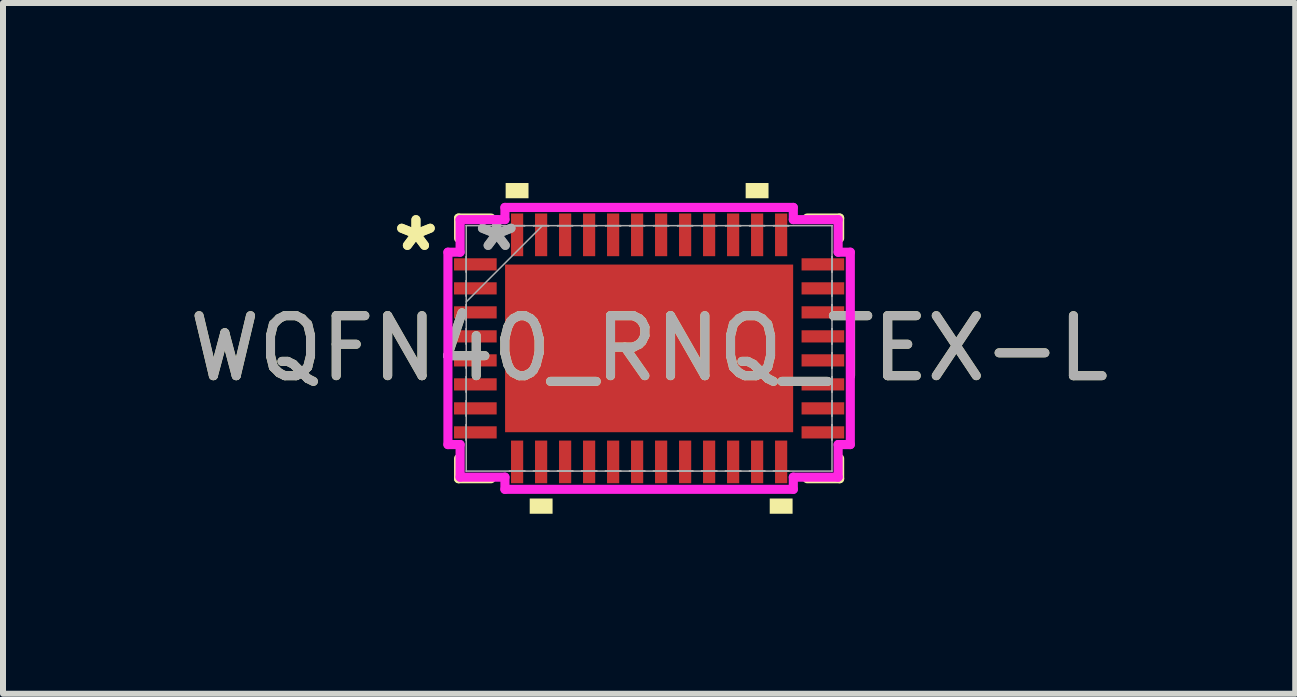
<source format=kicad_pcb>
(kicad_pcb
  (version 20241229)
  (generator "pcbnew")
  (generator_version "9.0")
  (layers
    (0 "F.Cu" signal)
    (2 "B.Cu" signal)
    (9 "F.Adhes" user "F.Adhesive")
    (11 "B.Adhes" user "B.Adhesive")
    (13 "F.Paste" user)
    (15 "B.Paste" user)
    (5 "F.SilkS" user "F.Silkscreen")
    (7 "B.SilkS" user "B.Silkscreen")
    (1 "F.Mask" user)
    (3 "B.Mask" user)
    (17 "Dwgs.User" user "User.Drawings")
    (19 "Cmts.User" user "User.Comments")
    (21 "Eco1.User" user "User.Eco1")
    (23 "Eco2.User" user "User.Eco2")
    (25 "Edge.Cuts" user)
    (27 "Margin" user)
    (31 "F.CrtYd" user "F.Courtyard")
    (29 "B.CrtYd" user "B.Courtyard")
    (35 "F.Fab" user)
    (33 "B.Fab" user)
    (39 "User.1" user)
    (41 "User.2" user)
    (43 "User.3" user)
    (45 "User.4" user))
  (footprint "WQFN40_RNQ_TEX-L"
    (layer "F.Cu")
    (at 7.768 2.756)
    (property "Reference" "WQFN40_RNQ_TEX-L" (at 0 0 0) (unlocked yes) (layer "F.SilkS") (effects (font (size 1 1) (thickness 0.15))))
    (attr smd)
    (fp_line (start -3.175 -2.172) (end -3.175 -1.834) (stroke (width 0.152) (type solid)) (layer "F.SilkS"))
    (fp_line (start -3.175 1.834) (end -3.175 2.172) (stroke (width 0.152) (type solid)) (layer "F.SilkS"))
    (fp_line (start -3.175 2.172) (end -2.634 2.172) (stroke (width 0.152) (type solid)) (layer "F.SilkS"))
    (fp_line (start -2.634 -2.172) (end -3.175 -2.172) (stroke (width 0.152) (type solid)) (layer "F.SilkS"))
    (fp_line (start 2.634 2.172) (end 3.175 2.172) (stroke (width 0.152) (type solid)) (layer "F.SilkS"))
    (fp_line (start 3.175 -2.172) (end 2.634 -2.172) (stroke (width 0.152) (type solid)) (layer "F.SilkS"))
    (fp_line (start 3.175 -1.834) (end 3.175 -2.172) (stroke (width 0.152) (type solid)) (layer "F.SilkS"))
    (fp_line (start 3.175 2.172) (end 3.175 1.834) (stroke (width 0.152) (type solid)) (layer "F.SilkS"))
    (fp_poly (pts (xy -2.391 -2.502) (xy -2.391 -2.756) (xy -2.01 -2.756) (xy -2.01 -2.502)) (stroke (width 0) (type solid)) (fill yes) (layer "F.SilkS"))
    (fp_poly (pts (xy -1.99 2.502) (xy -1.99 2.756) (xy -1.609 2.756) (xy -1.609 2.502)) (stroke (width 0) (type solid)) (fill yes) (layer "F.SilkS"))
    (fp_poly (pts (xy 1.609 -2.502) (xy 1.609 -2.756) (xy 1.99 -2.756) (xy 1.99 -2.502)) (stroke (width 0) (type solid)) (fill yes) (layer "F.SilkS"))
    (fp_poly (pts (xy 2.01 2.502) (xy 2.01 2.756) (xy 2.391 2.756) (xy 2.391 2.502)) (stroke (width 0) (type solid)) (fill yes) (layer "F.SilkS"))
    (fp_poly (pts (xy -2.3 -1.297) (xy -2.3 -0.1) (xy -0.9 -0.1) (xy -0.9 -1.297)) (stroke (width 0) (type solid)) (fill yes) (layer "F.Paste"))
    (fp_poly (pts (xy -2.3 0.1) (xy -2.3 1.297) (xy -0.9 1.297) (xy -0.9 0.1)) (stroke (width 0) (type solid)) (fill yes) (layer "F.Paste"))
    (fp_poly (pts (xy -0.7 -1.297) (xy -0.7 -0.1) (xy 0.7 -0.1) (xy 0.7 -1.297)) (stroke (width 0) (type solid)) (fill yes) (layer "F.Paste"))
    (fp_poly (pts (xy -0.7 0.1) (xy -0.7 1.297) (xy 0.7 1.297) (xy 0.7 0.1)) (stroke (width 0) (type solid)) (fill yes) (layer "F.Paste"))
    (fp_poly (pts (xy 0.9 -1.297) (xy 0.9 -0.1) (xy 2.3 -0.1) (xy 2.3 -1.297)) (stroke (width 0) (type solid)) (fill yes) (layer "F.Paste"))
    (fp_poly (pts (xy 0.9 0.1) (xy 0.9 1.297) (xy 2.3 1.297) (xy 2.3 0.1)) (stroke (width 0) (type solid)) (fill yes) (layer "F.Paste"))
    (fp_line (start -3.353 -1.603) (end -3.15 -1.603) (stroke (width 0.152) (type solid)) (layer "F.CrtYd"))
    (fp_line (start -3.353 1.603) (end -3.353 -1.603) (stroke (width 0.152) (type solid)) (layer "F.CrtYd"))
    (fp_line (start -3.15 -2.146) (end -2.403 -2.146) (stroke (width 0.152) (type solid)) (layer "F.CrtYd"))
    (fp_line (start -3.15 -1.603) (end -3.15 -2.146) (stroke (width 0.152) (type solid)) (layer "F.CrtYd"))
    (fp_line (start -3.15 1.603) (end -3.353 1.603) (stroke (width 0.152) (type solid)) (layer "F.CrtYd"))
    (fp_line (start -3.15 2.146) (end -3.15 1.603) (stroke (width 0.152) (type solid)) (layer "F.CrtYd"))
    (fp_line (start -2.403 -2.349) (end 2.403 -2.349) (stroke (width 0.152) (type solid)) (layer "F.CrtYd"))
    (fp_line (start -2.403 -2.146) (end -2.403 -2.349) (stroke (width 0.152) (type solid)) (layer "F.CrtYd"))
    (fp_line (start -2.403 2.146) (end -3.15 2.146) (stroke (width 0.152) (type solid)) (layer "F.CrtYd"))
    (fp_line (start -2.403 2.349) (end -2.403 2.146) (stroke (width 0.152) (type solid)) (layer "F.CrtYd"))
    (fp_line (start 2.403 -2.349) (end 2.403 -2.146) (stroke (width 0.152) (type solid)) (layer "F.CrtYd"))
    (fp_line (start 2.403 -2.146) (end 3.15 -2.146) (stroke (width 0.152) (type solid)) (layer "F.CrtYd"))
    (fp_line (start 2.403 2.146) (end 2.403 2.349) (stroke (width 0.152) (type solid)) (layer "F.CrtYd"))
    (fp_line (start 2.403 2.349) (end -2.403 2.349) (stroke (width 0.152) (type solid)) (layer "F.CrtYd"))
    (fp_line (start 3.15 -2.146) (end 3.15 -1.603) (stroke (width 0.152) (type solid)) (layer "F.CrtYd"))
    (fp_line (start 3.15 -1.603) (end 3.353 -1.603) (stroke (width 0.152) (type solid)) (layer "F.CrtYd"))
    (fp_line (start 3.15 1.603) (end 3.15 2.146) (stroke (width 0.152) (type solid)) (layer "F.CrtYd"))
    (fp_line (start 3.15 2.146) (end 2.403 2.146) (stroke (width 0.152) (type solid)) (layer "F.CrtYd"))
    (fp_line (start 3.353 -1.603) (end 3.353 1.603) (stroke (width 0.152) (type solid)) (layer "F.CrtYd"))
    (fp_line (start 3.353 1.603) (end 3.15 1.603) (stroke (width 0.152) (type solid)) (layer "F.CrtYd"))
    (fp_line (start -3.048 -2.045) (end -3.048 -2.045) (stroke (width 0.025) (type solid)) (layer "F.Fab"))
    (fp_line (start -3.048 -2.045) (end -3.048 2.045) (stroke (width 0.025) (type solid)) (layer "F.Fab"))
    (fp_line (start -3.048 -1.527) (end -3.048 -1.527) (stroke (width 0.025) (type solid)) (layer "F.Fab"))
    (fp_line (start -3.048 -1.527) (end -3.048 -1.273) (stroke (width 0.025) (type solid)) (layer "F.Fab"))
    (fp_line (start -3.048 -1.273) (end -3.048 -1.527) (stroke (width 0.025) (type solid)) (layer "F.Fab"))
    (fp_line (start -3.048 -1.273) (end -3.048 -1.273) (stroke (width 0.025) (type solid)) (layer "F.Fab"))
    (fp_line (start -3.048 -1.127) (end -3.048 -1.127) (stroke (width 0.025) (type solid)) (layer "F.Fab"))
    (fp_line (start -3.048 -1.127) (end -3.048 -0.873) (stroke (width 0.025) (type solid)) (layer "F.Fab"))
    (fp_line (start -3.048 -0.873) (end -3.048 -1.127) (stroke (width 0.025) (type solid)) (layer "F.Fab"))
    (fp_line (start -3.048 -0.873) (end -3.048 -0.873) (stroke (width 0.025) (type solid)) (layer "F.Fab"))
    (fp_line (start -3.048 -0.775) (end -1.778 -2.045) (stroke (width 0.025) (type solid)) (layer "F.Fab"))
    (fp_line (start -3.048 -0.727) (end -3.048 -0.727) (stroke (width 0.025) (type solid)) (layer "F.Fab"))
    (fp_line (start -3.048 -0.727) (end -3.048 -0.473) (stroke (width 0.025) (type solid)) (layer "F.Fab"))
    (fp_line (start -3.048 -0.473) (end -3.048 -0.727) (stroke (width 0.025) (type solid)) (layer "F.Fab"))
    (fp_line (start -3.048 -0.473) (end -3.048 -0.473) (stroke (width 0.025) (type solid)) (layer "F.Fab"))
    (fp_line (start -3.048 -0.327) (end -3.048 -0.327) (stroke (width 0.025) (type solid)) (layer "F.Fab"))
    (fp_line (start -3.048 -0.327) (end -3.048 -0.073) (stroke (width 0.025) (type solid)) (layer "F.Fab"))
    (fp_line (start -3.048 -0.073) (end -3.048 -0.327) (stroke (width 0.025) (type solid)) (layer "F.Fab"))
    (fp_line (start -3.048 -0.073) (end -3.048 -0.073) (stroke (width 0.025) (type solid)) (layer "F.Fab"))
    (fp_line (start -3.048 0.073) (end -3.048 0.073) (stroke (width 0.025) (type solid)) (layer "F.Fab"))
    (fp_line (start -3.048 0.073) (end -3.048 0.327) (stroke (width 0.025) (type solid)) (layer "F.Fab"))
    (fp_line (start -3.048 0.327) (end -3.048 0.073) (stroke (width 0.025) (type solid)) (layer "F.Fab"))
    (fp_line (start -3.048 0.327) (end -3.048 0.327) (stroke (width 0.025) (type solid)) (layer "F.Fab"))
    (fp_line (start -3.048 0.473) (end -3.048 0.473) (stroke (width 0.025) (type solid)) (layer "F.Fab"))
    (fp_line (start -3.048 0.473) (end -3.048 0.727) (stroke (width 0.025) (type solid)) (layer "F.Fab"))
    (fp_line (start -3.048 0.727) (end -3.048 0.473) (stroke (width 0.025) (type solid)) (layer "F.Fab"))
    (fp_line (start -3.048 0.727) (end -3.048 0.727) (stroke (width 0.025) (type solid)) (layer "F.Fab"))
    (fp_line (start -3.048 0.873) (end -3.048 0.873) (stroke (width 0.025) (type solid)) (layer "F.Fab"))
    (fp_line (start -3.048 0.873) (end -3.048 1.127) (stroke (width 0.025) (type solid)) (layer "F.Fab"))
    (fp_line (start -3.048 1.127) (end -3.048 0.873) (stroke (width 0.025) (type solid)) (layer "F.Fab"))
    (fp_line (start -3.048 1.127) (end -3.048 1.127) (stroke (width 0.025) (type solid)) (layer "F.Fab"))
    (fp_line (start -3.048 1.273) (end -3.048 1.273) (stroke (width 0.025) (type solid)) (layer "F.Fab"))
    (fp_line (start -3.048 1.273) (end -3.048 1.527) (stroke (width 0.025) (type solid)) (layer "F.Fab"))
    (fp_line (start -3.048 1.527) (end -3.048 1.273) (stroke (width 0.025) (type solid)) (layer "F.Fab"))
    (fp_line (start -3.048 1.527) (end -3.048 1.527) (stroke (width 0.025) (type solid)) (layer "F.Fab"))
    (fp_line (start -3.048 2.045) (end -3.048 2.045) (stroke (width 0.025) (type solid)) (layer "F.Fab"))
    (fp_line (start -3.048 2.045) (end 3.048 2.045) (stroke (width 0.025) (type solid)) (layer "F.Fab"))
    (fp_line (start -2.327 -2.045) (end -2.327 -2.045) (stroke (width 0.025) (type solid)) (layer "F.Fab"))
    (fp_line (start -2.327 -2.045) (end -2.073 -2.045) (stroke (width 0.025) (type solid)) (layer "F.Fab"))
    (fp_line (start -2.327 2.045) (end -2.327 2.045) (stroke (width 0.025) (type solid)) (layer "F.Fab"))
    (fp_line (start -2.327 2.045) (end -2.073 2.045) (stroke (width 0.025) (type solid)) (layer "F.Fab"))
    (fp_line (start -2.073 -2.045) (end -2.327 -2.045) (stroke (width 0.025) (type solid)) (layer "F.Fab"))
    (fp_line (start -2.073 -2.045) (end -2.073 -2.045) (stroke (width 0.025) (type solid)) (layer "F.Fab"))
    (fp_line (start -2.073 2.045) (end -2.327 2.045) (stroke (width 0.025) (type solid)) (layer "F.Fab"))
    (fp_line (start -2.073 2.045) (end -2.073 2.045) (stroke (width 0.025) (type solid)) (layer "F.Fab"))
    (fp_line (start -1.927 -2.045) (end -1.927 -2.045) (stroke (width 0.025) (type solid)) (layer "F.Fab"))
    (fp_line (start -1.927 -2.045) (end -1.673 -2.045) (stroke (width 0.025) (type solid)) (layer "F.Fab"))
    (fp_line (start -1.927 2.045) (end -1.927 2.045) (stroke (width 0.025) (type solid)) (layer "F.Fab"))
    (fp_line (start -1.927 2.045) (end -1.673 2.045) (stroke (width 0.025) (type solid)) (layer "F.Fab"))
    (fp_line (start -1.673 -2.045) (end -1.927 -2.045) (stroke (width 0.025) (type solid)) (layer "F.Fab"))
    (fp_line (start -1.673 -2.045) (end -1.673 -2.045) (stroke (width 0.025) (type solid)) (layer "F.Fab"))
    (fp_line (start -1.673 2.045) (end -1.927 2.045) (stroke (width 0.025) (type solid)) (layer "F.Fab"))
    (fp_line (start -1.673 2.045) (end -1.673 2.045) (stroke (width 0.025) (type solid)) (layer "F.Fab"))
    (fp_line (start -1.527 -2.045) (end -1.527 -2.045) (stroke (width 0.025) (type solid)) (layer "F.Fab"))
    (fp_line (start -1.527 -2.045) (end -1.273 -2.045) (stroke (width 0.025) (type solid)) (layer "F.Fab"))
    (fp_line (start -1.527 2.045) (end -1.527 2.045) (stroke (width 0.025) (type solid)) (layer "F.Fab"))
    (fp_line (start -1.527 2.045) (end -1.273 2.045) (stroke (width 0.025) (type solid)) (layer "F.Fab"))
    (fp_line (start -1.273 -2.045) (end -1.527 -2.045) (stroke (width 0.025) (type solid)) (layer "F.Fab"))
    (fp_line (start -1.273 -2.045) (end -1.273 -2.045) (stroke (width 0.025) (type solid)) (layer "F.Fab"))
    (fp_line (start -1.273 2.045) (end -1.527 2.045) (stroke (width 0.025) (type solid)) (layer "F.Fab"))
    (fp_line (start -1.273 2.045) (end -1.273 2.045) (stroke (width 0.025) (type solid)) (layer "F.Fab"))
    (fp_line (start -1.127 -2.045) (end -1.127 -2.045) (stroke (width 0.025) (type solid)) (layer "F.Fab"))
    (fp_line (start -1.127 -2.045) (end -0.873 -2.045) (stroke (width 0.025) (type solid)) (layer "F.Fab"))
    (fp_line (start -1.127 2.045) (end -1.127 2.045) (stroke (width 0.025) (type solid)) (layer "F.Fab"))
    (fp_line (start -1.127 2.045) (end -0.873 2.045) (stroke (width 0.025) (type solid)) (layer "F.Fab"))
    (fp_line (start -0.873 -2.045) (end -1.127 -2.045) (stroke (width 0.025) (type solid)) (layer "F.Fab"))
    (fp_line (start -0.873 -2.045) (end -0.873 -2.045) (stroke (width 0.025) (type solid)) (layer "F.Fab"))
    (fp_line (start -0.873 2.045) (end -1.127 2.045) (stroke (width 0.025) (type solid)) (layer "F.Fab"))
    (fp_line (start -0.873 2.045) (end -0.873 2.045) (stroke (width 0.025) (type solid)) (layer "F.Fab"))
    (fp_line (start -0.727 -2.045) (end -0.727 -2.045) (stroke (width 0.025) (type solid)) (layer "F.Fab"))
    (fp_line (start -0.727 -2.045) (end -0.473 -2.045) (stroke (width 0.025) (type solid)) (layer "F.Fab"))
    (fp_line (start -0.727 2.045) (end -0.727 2.045) (stroke (width 0.025) (type solid)) (layer "F.Fab"))
    (fp_line (start -0.727 2.045) (end -0.473 2.045) (stroke (width 0.025) (type solid)) (layer "F.Fab"))
    (fp_line (start -0.473 -2.045) (end -0.727 -2.045) (stroke (width 0.025) (type solid)) (layer "F.Fab"))
    (fp_line (start -0.473 -2.045) (end -0.473 -2.045) (stroke (width 0.025) (type solid)) (layer "F.Fab"))
    (fp_line (start -0.473 2.045) (end -0.727 2.045) (stroke (width 0.025) (type solid)) (layer "F.Fab"))
    (fp_line (start -0.473 2.045) (end -0.473 2.045) (stroke (width 0.025) (type solid)) (layer "F.Fab"))
    (fp_line (start -0.327 -2.045) (end -0.327 -2.045) (stroke (width 0.025) (type solid)) (layer "F.Fab"))
    (fp_line (start -0.327 -2.045) (end -0.073 -2.045) (stroke (width 0.025) (type solid)) (layer "F.Fab"))
    (fp_line (start -0.327 2.045) (end -0.327 2.045) (stroke (width 0.025) (type solid)) (layer "F.Fab"))
    (fp_line (start -0.327 2.045) (end -0.073 2.045) (stroke (width 0.025) (type solid)) (layer "F.Fab"))
    (fp_line (start -0.073 -2.045) (end -0.327 -2.045) (stroke (width 0.025) (type solid)) (layer "F.Fab"))
    (fp_line (start -0.073 -2.045) (end -0.073 -2.045) (stroke (width 0.025) (type solid)) (layer "F.Fab"))
    (fp_line (start -0.073 2.045) (end -0.327 2.045) (stroke (width 0.025) (type solid)) (layer "F.Fab"))
    (fp_line (start -0.073 2.045) (end -0.073 2.045) (stroke (width 0.025) (type solid)) (layer "F.Fab"))
    (fp_line (start 0.073 -2.045) (end 0.073 -2.045) (stroke (width 0.025) (type solid)) (layer "F.Fab"))
    (fp_line (start 0.073 -2.045) (end 0.327 -2.045) (stroke (width 0.025) (type solid)) (layer "F.Fab"))
    (fp_line (start 0.073 2.045) (end 0.073 2.045) (stroke (width 0.025) (type solid)) (layer "F.Fab"))
    (fp_line (start 0.073 2.045) (end 0.327 2.045) (stroke (width 0.025) (type solid)) (layer "F.Fab"))
    (fp_line (start 0.327 -2.045) (end 0.073 -2.045) (stroke (width 0.025) (type solid)) (layer "F.Fab"))
    (fp_line (start 0.327 -2.045) (end 0.327 -2.045) (stroke (width 0.025) (type solid)) (layer "F.Fab"))
    (fp_line (start 0.327 2.045) (end 0.073 2.045) (stroke (width 0.025) (type solid)) (layer "F.Fab"))
    (fp_line (start 0.327 2.045) (end 0.327 2.045) (stroke (width 0.025) (type solid)) (layer "F.Fab"))
    (fp_line (start 0.473 -2.045) (end 0.473 -2.045) (stroke (width 0.025) (type solid)) (layer "F.Fab"))
    (fp_line (start 0.473 -2.045) (end 0.727 -2.045) (stroke (width 0.025) (type solid)) (layer "F.Fab"))
    (fp_line (start 0.473 2.045) (end 0.473 2.045) (stroke (width 0.025) (type solid)) (layer "F.Fab"))
    (fp_line (start 0.473 2.045) (end 0.727 2.045) (stroke (width 0.025) (type solid)) (layer "F.Fab"))
    (fp_line (start 0.727 -2.045) (end 0.473 -2.045) (stroke (width 0.025) (type solid)) (layer "F.Fab"))
    (fp_line (start 0.727 -2.045) (end 0.727 -2.045) (stroke (width 0.025) (type solid)) (layer "F.Fab"))
    (fp_line (start 0.727 2.045) (end 0.473 2.045) (stroke (width 0.025) (type solid)) (layer "F.Fab"))
    (fp_line (start 0.727 2.045) (end 0.727 2.045) (stroke (width 0.025) (type solid)) (layer "F.Fab"))
    (fp_line (start 0.873 -2.045) (end 0.873 -2.045) (stroke (width 0.025) (type solid)) (layer "F.Fab"))
    (fp_line (start 0.873 -2.045) (end 1.127 -2.045) (stroke (width 0.025) (type solid)) (layer "F.Fab"))
    (fp_line (start 0.873 2.045) (end 0.873 2.045) (stroke (width 0.025) (type solid)) (layer "F.Fab"))
    (fp_line (start 0.873 2.045) (end 1.127 2.045) (stroke (width 0.025) (type solid)) (layer "F.Fab"))
    (fp_line (start 1.127 -2.045) (end 0.873 -2.045) (stroke (width 0.025) (type solid)) (layer "F.Fab"))
    (fp_line (start 1.127 -2.045) (end 1.127 -2.045) (stroke (width 0.025) (type solid)) (layer "F.Fab"))
    (fp_line (start 1.127 2.045) (end 0.873 2.045) (stroke (width 0.025) (type solid)) (layer "F.Fab"))
    (fp_line (start 1.127 2.045) (end 1.127 2.045) (stroke (width 0.025) (type solid)) (layer "F.Fab"))
    (fp_line (start 1.273 -2.045) (end 1.273 -2.045) (stroke (width 0.025) (type solid)) (layer "F.Fab"))
    (fp_line (start 1.273 -2.045) (end 1.527 -2.045) (stroke (width 0.025) (type solid)) (layer "F.Fab"))
    (fp_line (start 1.273 2.045) (end 1.273 2.045) (stroke (width 0.025) (type solid)) (layer "F.Fab"))
    (fp_line (start 1.273 2.045) (end 1.527 2.045) (stroke (width 0.025) (type solid)) (layer "F.Fab"))
    (fp_line (start 1.527 -2.045) (end 1.273 -2.045) (stroke (width 0.025) (type solid)) (layer "F.Fab"))
    (fp_line (start 1.527 -2.045) (end 1.527 -2.045) (stroke (width 0.025) (type solid)) (layer "F.Fab"))
    (fp_line (start 1.527 2.045) (end 1.273 2.045) (stroke (width 0.025) (type solid)) (layer "F.Fab"))
    (fp_line (start 1.527 2.045) (end 1.527 2.045) (stroke (width 0.025) (type solid)) (layer "F.Fab"))
    (fp_line (start 1.673 -2.045) (end 1.673 -2.045) (stroke (width 0.025) (type solid)) (layer "F.Fab"))
    (fp_line (start 1.673 -2.045) (end 1.927 -2.045) (stroke (width 0.025) (type solid)) (layer "F.Fab"))
    (fp_line (start 1.673 2.045) (end 1.673 2.045) (stroke (width 0.025) (type solid)) (layer "F.Fab"))
    (fp_line (start 1.673 2.045) (end 1.927 2.045) (stroke (width 0.025) (type solid)) (layer "F.Fab"))
    (fp_line (start 1.927 -2.045) (end 1.673 -2.045) (stroke (width 0.025) (type solid)) (layer "F.Fab"))
    (fp_line (start 1.927 -2.045) (end 1.927 -2.045) (stroke (width 0.025) (type solid)) (layer "F.Fab"))
    (fp_line (start 1.927 2.045) (end 1.673 2.045) (stroke (width 0.025) (type solid)) (layer "F.Fab"))
    (fp_line (start 1.927 2.045) (end 1.927 2.045) (stroke (width 0.025) (type solid)) (layer "F.Fab"))
    (fp_line (start 2.073 -2.045) (end 2.073 -2.045) (stroke (width 0.025) (type solid)) (layer "F.Fab"))
    (fp_line (start 2.073 -2.045) (end 2.327 -2.045) (stroke (width 0.025) (type solid)) (layer "F.Fab"))
    (fp_line (start 2.073 2.045) (end 2.073 2.045) (stroke (width 0.025) (type solid)) (layer "F.Fab"))
    (fp_line (start 2.073 2.045) (end 2.327 2.045) (stroke (width 0.025) (type solid)) (layer "F.Fab"))
    (fp_line (start 2.327 -2.045) (end 2.073 -2.045) (stroke (width 0.025) (type solid)) (layer "F.Fab"))
    (fp_line (start 2.327 -2.045) (end 2.327 -2.045) (stroke (width 0.025) (type solid)) (layer "F.Fab"))
    (fp_line (start 2.327 2.045) (end 2.073 2.045) (stroke (width 0.025) (type solid)) (layer "F.Fab"))
    (fp_line (start 2.327 2.045) (end 2.327 2.045) (stroke (width 0.025) (type solid)) (layer "F.Fab"))
    (fp_line (start 3.048 -2.045) (end -3.048 -2.045) (stroke (width 0.025) (type solid)) (layer "F.Fab"))
    (fp_line (start 3.048 -2.045) (end 3.048 -2.045) (stroke (width 0.025) (type solid)) (layer "F.Fab"))
    (fp_line (start 3.048 -1.527) (end 3.048 -1.527) (stroke (width 0.025) (type solid)) (layer "F.Fab"))
    (fp_line (start 3.048 -1.527) (end 3.048 -1.273) (stroke (width 0.025) (type solid)) (layer "F.Fab"))
    (fp_line (start 3.048 -1.273) (end 3.048 -1.527) (stroke (width 0.025) (type solid)) (layer "F.Fab"))
    (fp_line (start 3.048 -1.273) (end 3.048 -1.273) (stroke (width 0.025) (type solid)) (layer "F.Fab"))
    (fp_line (start 3.048 -1.127) (end 3.048 -1.127) (stroke (width 0.025) (type solid)) (layer "F.Fab"))
    (fp_line (start 3.048 -1.127) (end 3.048 -0.873) (stroke (width 0.025) (type solid)) (layer "F.Fab"))
    (fp_line (start 3.048 -0.873) (end 3.048 -1.127) (stroke (width 0.025) (type solid)) (layer "F.Fab"))
    (fp_line (start 3.048 -0.873) (end 3.048 -0.873) (stroke (width 0.025) (type solid)) (layer "F.Fab"))
    (fp_line (start 3.048 -0.727) (end 3.048 -0.727) (stroke (width 0.025) (type solid)) (layer "F.Fab"))
    (fp_line (start 3.048 -0.727) (end 3.048 -0.473) (stroke (width 0.025) (type solid)) (layer "F.Fab"))
    (fp_line (start 3.048 -0.473) (end 3.048 -0.727) (stroke (width 0.025) (type solid)) (layer "F.Fab"))
    (fp_line (start 3.048 -0.473) (end 3.048 -0.473) (stroke (width 0.025) (type solid)) (layer "F.Fab"))
    (fp_line (start 3.048 -0.327) (end 3.048 -0.327) (stroke (width 0.025) (type solid)) (layer "F.Fab"))
    (fp_line (start 3.048 -0.327) (end 3.048 -0.073) (stroke (width 0.025) (type solid)) (layer "F.Fab"))
    (fp_line (start 3.048 -0.073) (end 3.048 -0.327) (stroke (width 0.025) (type solid)) (layer "F.Fab"))
    (fp_line (start 3.048 -0.073) (end 3.048 -0.073) (stroke (width 0.025) (type solid)) (layer "F.Fab"))
    (fp_line (start 3.048 0.073) (end 3.048 0.073) (stroke (width 0.025) (type solid)) (layer "F.Fab"))
    (fp_line (start 3.048 0.073) (end 3.048 0.327) (stroke (width 0.025) (type solid)) (layer "F.Fab"))
    (fp_line (start 3.048 0.327) (end 3.048 0.073) (stroke (width 0.025) (type solid)) (layer "F.Fab"))
    (fp_line (start 3.048 0.327) (end 3.048 0.327) (stroke (width 0.025) (type solid)) (layer "F.Fab"))
    (fp_line (start 3.048 0.473) (end 3.048 0.473) (stroke (width 0.025) (type solid)) (layer "F.Fab"))
    (fp_line (start 3.048 0.473) (end 3.048 0.727) (stroke (width 0.025) (type solid)) (layer "F.Fab"))
    (fp_line (start 3.048 0.727) (end 3.048 0.473) (stroke (width 0.025) (type solid)) (layer "F.Fab"))
    (fp_line (start 3.048 0.727) (end 3.048 0.727) (stroke (width 0.025) (type solid)) (layer "F.Fab"))
    (fp_line (start 3.048 0.873) (end 3.048 0.873) (stroke (width 0.025) (type solid)) (layer "F.Fab"))
    (fp_line (start 3.048 0.873) (end 3.048 1.127) (stroke (width 0.025) (type solid)) (layer "F.Fab"))
    (fp_line (start 3.048 1.127) (end 3.048 0.873) (stroke (width 0.025) (type solid)) (layer "F.Fab"))
    (fp_line (start 3.048 1.127) (end 3.048 1.127) (stroke (width 0.025) (type solid)) (layer "F.Fab"))
    (fp_line (start 3.048 1.273) (end 3.048 1.273) (stroke (width 0.025) (type solid)) (layer "F.Fab"))
    (fp_line (start 3.048 1.273) (end 3.048 1.527) (stroke (width 0.025) (type solid)) (layer "F.Fab"))
    (fp_line (start 3.048 1.527) (end 3.048 1.273) (stroke (width 0.025) (type solid)) (layer "F.Fab"))
    (fp_line (start 3.048 1.527) (end 3.048 1.527) (stroke (width 0.025) (type solid)) (layer "F.Fab"))
    (fp_line (start 3.048 2.045) (end 3.048 -2.045) (stroke (width 0.025) (type solid)) (layer "F.Fab"))
    (fp_line (start 3.048 2.045) (end 3.048 2.045) (stroke (width 0.025) (type solid)) (layer "F.Fab"))
    (fp_text user "*" (at -3.886 -1.6 0) (layer "F.SilkS") (effects (font (size 1 1) (thickness 0.15))))
    (fp_text user "*" (at -3.886 -1.6 0) (unlocked yes) (layer "F.SilkS") (effects (font (size 1 1) (thickness 0.15))))
    (fp_text user "*" (at -2.54 -1.6 0) (unlocked yes) (layer "F.Fab") (effects (font (size 1 1) (thickness 0.15))))
    (fp_text user "*" (at -2.54 -1.6 0) (layer "F.Fab") (effects (font (size 1 1) (thickness 0.15))))
    (fp_text user "${REFERENCE}" (at 0 0 0) (unlocked yes) (layer "F.Fab") (effects (font (size 1 1) (thickness 0.15))))
    (pad "1" smd rect (at -2.896 -1.4 90) (size 0.203 0.711) (layers "F.Cu" "F.Mask" "F.Paste"))
    (pad "2" smd rect (at -2.896 -1 90) (size 0.203 0.711) (layers "F.Cu" "F.Mask" "F.Paste"))
    (pad "3" smd rect (at -2.896 -0.6 90) (size 0.203 0.711) (layers "F.Cu" "F.Mask" "F.Paste"))
    (pad "4" smd rect (at -2.896 -0.2 90) (size 0.203 0.711) (layers "F.Cu" "F.Mask" "F.Paste"))
    (pad "5" smd rect (at -2.896 0.2 90) (size 0.203 0.711) (layers "F.Cu" "F.Mask" "F.Paste"))
    (pad "6" smd rect (at -2.896 0.6 90) (size 0.203 0.711) (layers "F.Cu" "F.Mask" "F.Paste"))
    (pad "7" smd rect (at -2.896 1 90) (size 0.203 0.711) (layers "F.Cu" "F.Mask" "F.Paste"))
    (pad "8" smd rect (at -2.896 1.4 90) (size 0.203 0.711) (layers "F.Cu" "F.Mask" "F.Paste"))
    (pad "9" smd rect (at -2.2 1.892) (size 0.203 0.711) (layers "F.Cu" "F.Mask" "F.Paste"))
    (pad "10" smd rect (at -1.8 1.892) (size 0.203 0.711) (layers "F.Cu" "F.Mask" "F.Paste"))
    (pad "11" smd rect (at -1.4 1.892) (size 0.203 0.711) (layers "F.Cu" "F.Mask" "F.Paste"))
    (pad "12" smd rect (at -1 1.892) (size 0.203 0.711) (layers "F.Cu" "F.Mask" "F.Paste"))
    (pad "13" smd rect (at -0.6 1.892) (size 0.203 0.711) (layers "F.Cu" "F.Mask" "F.Paste"))
    (pad "14" smd rect (at -0.2 1.892) (size 0.203 0.711) (layers "F.Cu" "F.Mask" "F.Paste"))
    (pad "15" smd rect (at 0.2 1.892) (size 0.203 0.711) (layers "F.Cu" "F.Mask" "F.Paste"))
    (pad "16" smd rect (at 0.6 1.892) (size 0.203 0.711) (layers "F.Cu" "F.Mask" "F.Paste"))
    (pad "17" smd rect (at 1 1.892) (size 0.203 0.711) (layers "F.Cu" "F.Mask" "F.Paste"))
    (pad "18" smd rect (at 1.4 1.892) (size 0.203 0.711) (layers "F.Cu" "F.Mask" "F.Paste"))
    (pad "19" smd rect (at 1.8 1.892) (size 0.203 0.711) (layers "F.Cu" "F.Mask" "F.Paste"))
    (pad "20" smd rect (at 2.2 1.892) (size 0.203 0.711) (layers "F.Cu" "F.Mask" "F.Paste"))
    (pad "21" smd rect (at 2.896 1.4 90) (size 0.203 0.711) (layers "F.Cu" "F.Mask" "F.Paste"))
    (pad "22" smd rect (at 2.896 1 90) (size 0.203 0.711) (layers "F.Cu" "F.Mask" "F.Paste"))
    (pad "23" smd rect (at 2.896 0.6 90) (size 0.203 0.711) (layers "F.Cu" "F.Mask" "F.Paste"))
    (pad "24" smd rect (at 2.896 0.2 90) (size 0.203 0.711) (layers "F.Cu" "F.Mask" "F.Paste"))
    (pad "25" smd rect (at 2.896 -0.2 90) (size 0.203 0.711) (layers "F.Cu" "F.Mask" "F.Paste"))
    (pad "26" smd rect (at 2.896 -0.6 90) (size 0.203 0.711) (layers "F.Cu" "F.Mask" "F.Paste"))
    (pad "27" smd rect (at 2.896 -1 90) (size 0.203 0.711) (layers "F.Cu" "F.Mask" "F.Paste"))
    (pad "28" smd rect (at 2.896 -1.4 90) (size 0.203 0.711) (layers "F.Cu" "F.Mask" "F.Paste"))
    (pad "29" smd rect (at 2.2 -1.892) (size 0.203 0.711) (layers "F.Cu" "F.Mask" "F.Paste"))
    (pad "30" smd rect (at 1.8 -1.892) (size 0.203 0.711) (layers "F.Cu" "F.Mask" "F.Paste"))
    (pad "31" smd rect (at 1.4 -1.892) (size 0.203 0.711) (layers "F.Cu" "F.Mask" "F.Paste"))
    (pad "32" smd rect (at 1 -1.892) (size 0.203 0.711) (layers "F.Cu" "F.Mask" "F.Paste"))
    (pad "33" smd rect (at 0.6 -1.892) (size 0.203 0.711) (layers "F.Cu" "F.Mask" "F.Paste"))
    (pad "34" smd rect (at 0.2 -1.892) (size 0.203 0.711) (layers "F.Cu" "F.Mask" "F.Paste"))
    (pad "35" smd rect (at -0.2 -1.892) (size 0.203 0.711) (layers "F.Cu" "F.Mask" "F.Paste"))
    (pad "36" smd rect (at -0.6 -1.892) (size 0.203 0.711) (layers "F.Cu" "F.Mask" "F.Paste"))
    (pad "37" smd rect (at -1 -1.892) (size 0.203 0.711) (layers "F.Cu" "F.Mask" "F.Paste"))
    (pad "38" smd rect (at -1.4 -1.892) (size 0.203 0.711) (layers "F.Cu" "F.Mask" "F.Paste"))
    (pad "39" smd rect (at -1.8 -1.892) (size 0.203 0.711) (layers "F.Cu" "F.Mask" "F.Paste"))
    (pad "40" smd rect (at -2.2 -1.892) (size 0.203 0.711) (layers "F.Cu" "F.Mask" "F.Paste"))
    (pad "41" smd rect (at 0 0) (size 4.801 2.794) (layers "F.Cu" "F.Mask" "F.Paste")))
  (gr_rect
    (start -3 -3)
    (end 18.536 8.512)
    (stroke (width 0.1) (type default))
    (fill no)
    (layer "Edge.Cuts")))
</source>
